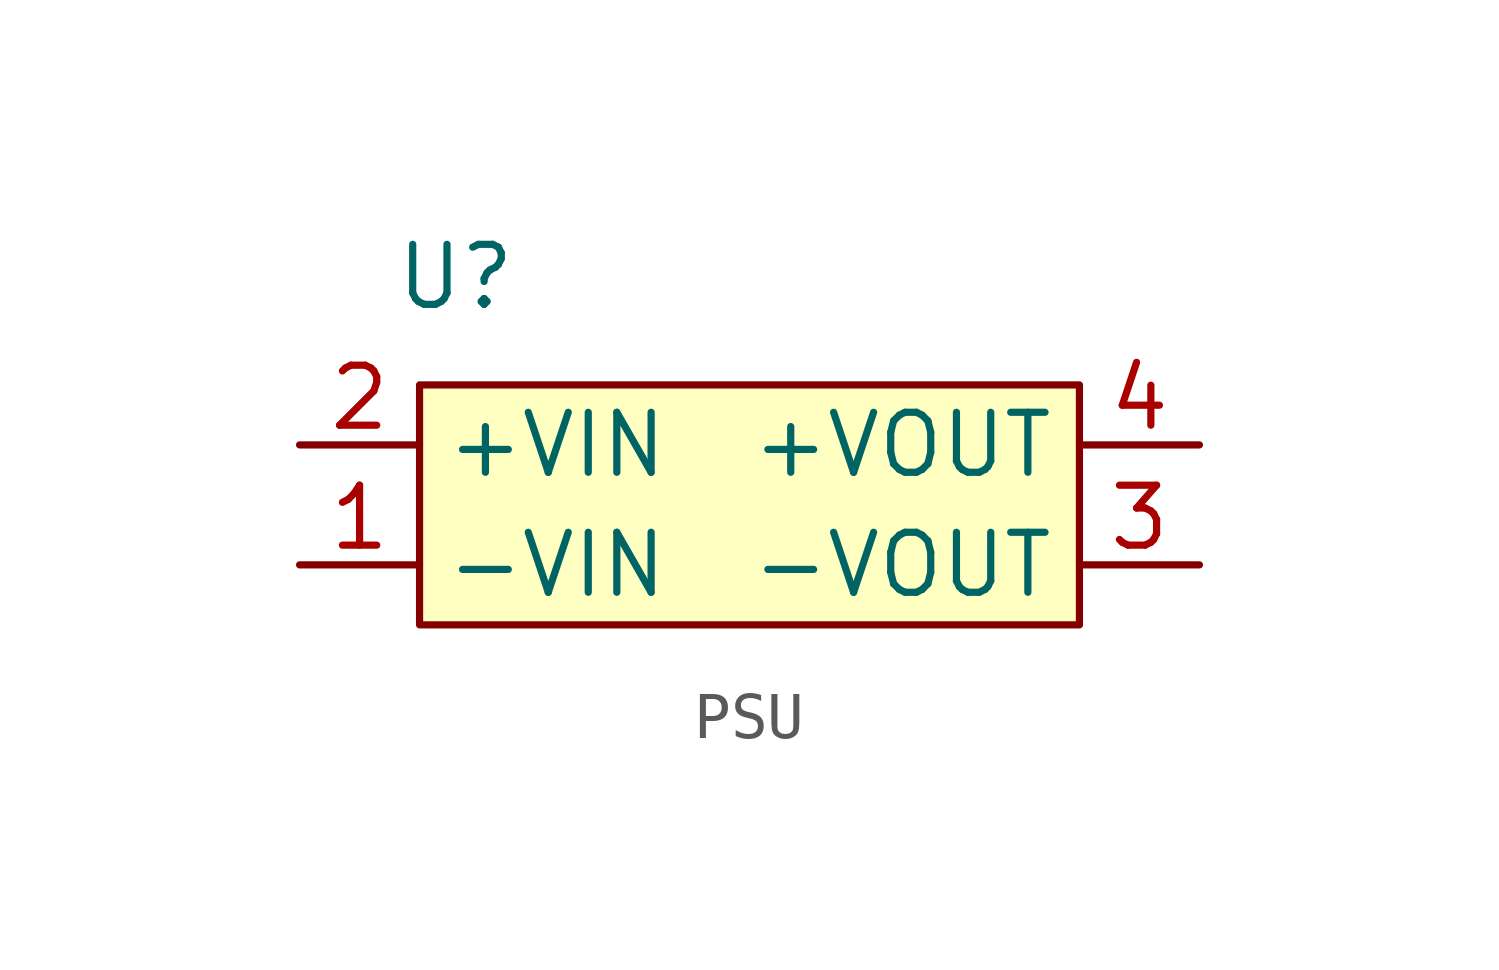
<source format=kicad_sym>
(kicad_symbol_lib
  (version 20231120)
  (generator "kicad_symbol_editor")
  (generator_version "8.0")
  (symbol "PSU"
    (property "Reference" "U"
      (at 0.762 7.366 0)
      (effects (font (size 1.27 1.27))))
    (property "Value" ""
      (at 0 0 0)
      (effects (font (size 1.27 1.27))))
    (symbol "PSU_0_0"
      (pin passive line (at -2.54 1.27 0) (length 2.54) (name "-VIN" (effects (font (size 1.27 1.27)))) (number "1" (effects (font (size 1.27 1.27)))))
      (pin passive line (at 16.51 1.27 180) (length 2.54) (name "-VOUT" (effects (font (size 1.27 1.27)))) (number "3" (effects (font (size 1.27 1.27)))))
      (pin passive line (at 16.51 3.81 180) (length 2.54) (name "+VOUT" (effects (font (size 1.27 1.27)))) (number "4" (effects (font (size 1.27 1.27))))))
    (symbol "PSU_1_0"
      (pin passive line (at -2.54 3.81 0) (length 2.54) (name "+VIN" (effects (font (size 1.27 1.27)))) (number "2" (effects (font (size 1.27 1.27))))))
    (symbol "PSU_1_1"
      (rectangle (start 0 5.08) (end 13.97 0) (stroke (width 0) (type solid)) (fill (type background))))))
</source>
